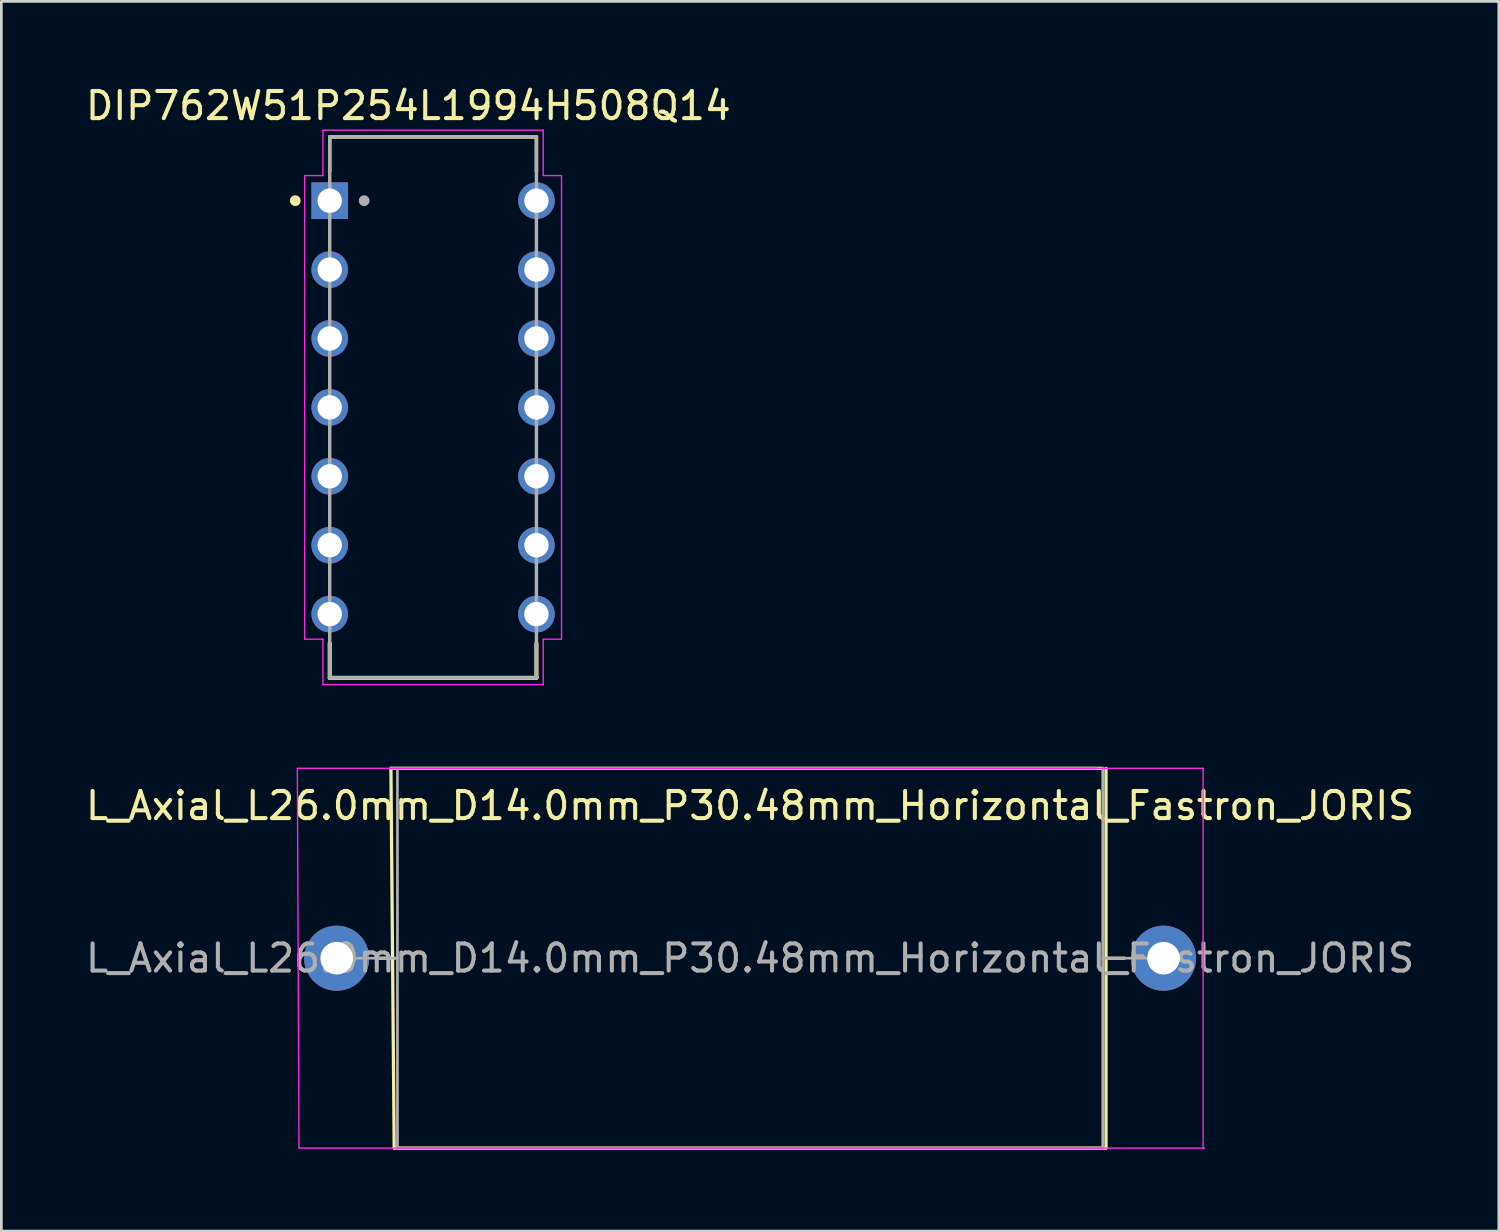
<source format=kicad_pcb>
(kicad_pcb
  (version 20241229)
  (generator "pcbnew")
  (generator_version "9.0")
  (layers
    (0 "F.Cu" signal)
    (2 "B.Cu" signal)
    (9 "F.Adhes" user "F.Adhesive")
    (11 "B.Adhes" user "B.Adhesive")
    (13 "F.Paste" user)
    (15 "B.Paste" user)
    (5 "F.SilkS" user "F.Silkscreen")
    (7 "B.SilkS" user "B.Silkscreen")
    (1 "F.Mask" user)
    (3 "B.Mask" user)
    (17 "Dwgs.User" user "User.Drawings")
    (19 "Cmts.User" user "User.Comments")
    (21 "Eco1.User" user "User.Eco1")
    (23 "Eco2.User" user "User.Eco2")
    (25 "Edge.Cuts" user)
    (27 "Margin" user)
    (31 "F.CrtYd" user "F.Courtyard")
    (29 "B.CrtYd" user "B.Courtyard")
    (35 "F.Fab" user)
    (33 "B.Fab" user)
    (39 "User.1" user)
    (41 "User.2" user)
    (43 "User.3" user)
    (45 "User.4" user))
  (footprint "DIP762W51P254L1994H508Q14"
    (layer "F.Cu")
    (at 12.915 11.968)
    (property "Reference" "DIP762W51P254L1994H508Q14" (at -0.91 -11.119 0) (layer "F.SilkS") (effects (font (size 1.002 1.002) (thickness 0.15))))
    (attr through_hole)
    (fp_line (start -3.81 -9.97) (end -3.81 -8.7) (stroke (width 0.127) (type solid)) (layer "F.SilkS"))
    (fp_line (start -3.81 -9.97) (end 3.81 -9.97) (stroke (width 0.127) (type solid)) (layer "F.SilkS"))
    (fp_line (start -3.81 8.7) (end -3.81 9.97) (stroke (width 0.152) (type solid)) (layer "F.SilkS"))
    (fp_line (start -3.81 9.97) (end 3.81 9.97) (stroke (width 0.152) (type solid)) (layer "F.SilkS"))
    (fp_line (start 3.81 -8.7) (end 3.81 -9.97) (stroke (width 0.127) (type solid)) (layer "F.SilkS"))
    (fp_line (start 3.81 9.97) (end 3.81 8.7) (stroke (width 0.152) (type solid)) (layer "F.SilkS"))
    (fp_circle (center -5.08 -7.62) (end -4.98 -7.62) (stroke (width 0.2) (type solid)) (fill no) (layer "F.SilkS"))
    (fp_line (start -4.735 -8.545) (end -4.06 -8.545) (stroke (width 0.05) (type solid)) (layer "F.CrtYd"))
    (fp_line (start -4.735 8.545) (end -4.735 -8.545) (stroke (width 0.05) (type solid)) (layer "F.CrtYd"))
    (fp_line (start -4.06 -10.22) (end 4.06 -10.22) (stroke (width 0.05) (type solid)) (layer "F.CrtYd"))
    (fp_line (start -4.06 -8.545) (end -4.06 -10.22) (stroke (width 0.05) (type solid)) (layer "F.CrtYd"))
    (fp_line (start -4.06 8.545) (end -4.735 8.545) (stroke (width 0.05) (type solid)) (layer "F.CrtYd"))
    (fp_line (start -4.06 10.22) (end -4.06 8.545) (stroke (width 0.05) (type solid)) (layer "F.CrtYd"))
    (fp_line (start 4.06 -10.22) (end 4.06 -8.545) (stroke (width 0.05) (type solid)) (layer "F.CrtYd"))
    (fp_line (start 4.06 -8.545) (end 4.735 -8.545) (stroke (width 0.05) (type solid)) (layer "F.CrtYd"))
    (fp_line (start 4.06 8.545) (end 4.06 10.22) (stroke (width 0.05) (type solid)) (layer "F.CrtYd"))
    (fp_line (start 4.06 10.22) (end -4.06 10.22) (stroke (width 0.05) (type solid)) (layer "F.CrtYd"))
    (fp_line (start 4.735 -8.545) (end 4.735 8.545) (stroke (width 0.05) (type solid)) (layer "F.CrtYd"))
    (fp_line (start 4.735 8.545) (end 4.06 8.545) (stroke (width 0.05) (type solid)) (layer "F.CrtYd"))
    (fp_line (start -3.81 -9.97) (end 3.81 -9.97) (stroke (width 0.127) (type solid)) (layer "F.Fab"))
    (fp_line (start -3.81 9.97) (end -3.81 -9.97) (stroke (width 0.127) (type solid)) (layer "F.Fab"))
    (fp_line (start 3.81 -9.97) (end 3.81 9.97) (stroke (width 0.127) (type solid)) (layer "F.Fab"))
    (fp_line (start 3.81 9.97) (end -3.81 9.97) (stroke (width 0.127) (type solid)) (layer "F.Fab"))
    (fp_circle (center -2.54 -7.62) (end -2.44 -7.62) (stroke (width 0.2) (type solid)) (fill no) (layer "F.Fab"))
    (pad "1" thru_hole rect (at -3.81 -7.62) (size 1.35 1.35) (drill 0.9) (layers "*.Cu" "*.Mask"))
    (pad "2" thru_hole circle (at -3.81 -5.08) (size 1.35 1.35) (drill 0.9) (layers "*.Cu" "*.Mask"))
    (pad "3" thru_hole circle (at -3.81 -2.54) (size 1.35 1.35) (drill 0.9) (layers "*.Cu" "*.Mask"))
    (pad "4" thru_hole circle (at -3.81 0) (size 1.35 1.35) (drill 0.9) (layers "*.Cu" "*.Mask"))
    (pad "5" thru_hole circle (at -3.81 2.54) (size 1.35 1.35) (drill 0.9) (layers "*.Cu" "*.Mask"))
    (pad "6" thru_hole circle (at -3.81 5.08) (size 1.35 1.35) (drill 0.9) (layers "*.Cu" "*.Mask"))
    (pad "7" thru_hole circle (at -3.81 7.62) (size 1.35 1.35) (drill 0.9) (layers "*.Cu" "*.Mask"))
    (pad "8" thru_hole circle (at 3.81 7.62) (size 1.35 1.35) (drill 0.9) (layers "*.Cu" "*.Mask"))
    (pad "9" thru_hole circle (at 3.81 5.08) (size 1.35 1.35) (drill 0.9) (layers "*.Cu" "*.Mask"))
    (pad "10" thru_hole circle (at 3.81 2.54) (size 1.35 1.35) (drill 0.9) (layers "*.Cu" "*.Mask"))
    (pad "11" thru_hole circle (at 3.81 0) (size 1.35 1.35) (drill 0.9) (layers "*.Cu" "*.Mask"))
    (pad "12" thru_hole circle (at 3.81 -2.54) (size 1.35 1.35) (drill 0.9) (layers "*.Cu" "*.Mask"))
    (pad "13" thru_hole circle (at 3.81 -5.08) (size 1.35 1.35) (drill 0.9) (layers "*.Cu" "*.Mask"))
    (pad "14" thru_hole circle (at 3.81 -7.62) (size 1.35 1.35) (drill 0.9) (layers "*.Cu" "*.Mask")))
  (footprint "L_Axial_L26.0mm_D14.0mm_P30.48mm_Horizontal_Fastron_JORIS"
    (layer "F.Cu")
    (at 9.361 32.273)
    (property "Reference" "L_Axial_L26.0mm_D14.0mm_P30.48mm_Horizontal_Fastron_JORIS" (at 15.24 -5.62 0) (layer "F.SilkS") (effects (font (size 1 1) (thickness 0.15))))
    (attr through_hole)
    (fp_line (start 1.44 0) (end 2.12 0) (stroke (width 0.12) (type solid)) (layer "F.SilkS"))
    (fp_line (start 2 -7) (end 2.12 7) (stroke (width 0.12) (type solid)) (layer "F.SilkS"))
    (fp_line (start 2.12 7) (end 28.36 7) (stroke (width 0.12) (type solid)) (layer "F.SilkS"))
    (fp_line (start 28.24 -7) (end 2 -7) (stroke (width 0.12) (type solid)) (layer "F.SilkS"))
    (fp_line (start 28.36 7) (end 28.36 -7) (stroke (width 0.12) (type solid)) (layer "F.SilkS"))
    (fp_line (start 29.04 0) (end 28.36 0) (stroke (width 0.12) (type solid)) (layer "F.SilkS"))
    (fp_line (start -1.45 -7) (end -1.39 7) (stroke (width 0.05) (type solid)) (layer "F.CrtYd"))
    (fp_line (start -1.39 7) (end 32 7) (stroke (width 0.05) (type solid)) (layer "F.CrtYd"))
    (fp_line (start 31.94 -7) (end -1.45 -7) (stroke (width 0.05) (type solid)) (layer "F.CrtYd"))
    (fp_line (start 31.94 7) (end 31.94 -7) (stroke (width 0.05) (type solid)) (layer "F.CrtYd"))
    (fp_line (start 0 0) (end 2.24 0) (stroke (width 0.1) (type solid)) (layer "F.Fab"))
    (fp_line (start 2.24 -7) (end 2.24 7) (stroke (width 0.1) (type solid)) (layer "F.Fab"))
    (fp_line (start 2.24 7) (end 28.24 7) (stroke (width 0.1) (type solid)) (layer "F.Fab"))
    (fp_line (start 28 -7) (end 2 -7) (stroke (width 0.1) (type solid)) (layer "F.Fab"))
    (fp_line (start 28.24 7) (end 28.24 -7) (stroke (width 0.1) (type solid)) (layer "F.Fab"))
    (fp_line (start 30.48 0) (end 28.24 0) (stroke (width 0.1) (type solid)) (layer "F.Fab"))
    (fp_text user "${REFERENCE}" (at 15.24 0 0) (layer "F.Fab") (effects (font (size 1 1) (thickness 0.15))))
    (pad "1" thru_hole circle (at 0 0) (size 2.4 2.4) (drill 1.2) (layers "*.Cu" "*.Mask"))
    (pad "2" thru_hole oval (at 30.48 0) (size 2.4 2.4) (drill 1.2) (layers "*.Cu" "*.Mask")))
  (gr_rect
    (start -3 -3)
    (end 52.202 42.333)
    (stroke (width 0.1) (type default))
    (fill no)
    (layer "Edge.Cuts")))
</source>
